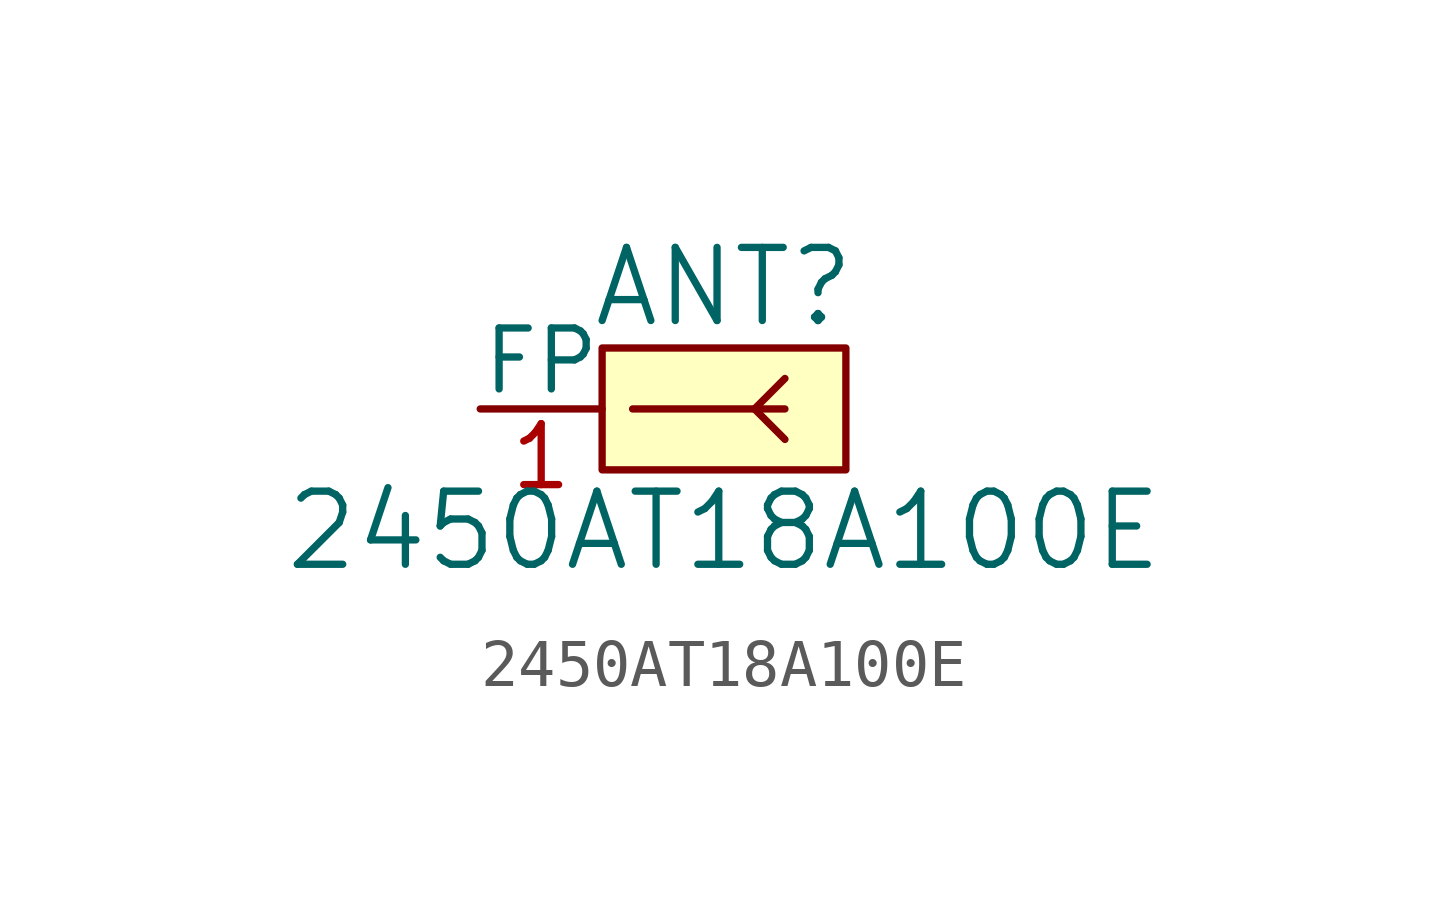
<source format=kicad_sym>
(kicad_symbol_lib
  (version 20211014)
  (generator kicad_symbol_editor)
  (symbol "2450AT18A100E"
    (pin_names
      (offset 0))
    (property "Reference" "ANT"
      (at 0 2.54 0)
      (effects (font (size 1.524 1.524))))
    (property "Value" "2450AT18A100E"
      (at 0 -2.54 0)
      (effects (font (size 1.524 1.524))))
    (symbol "2450AT18A100E_0_1"
      (rectangle (start -2.54 1.27) (end 2.54 -1.27) (stroke (width 0) (type default) (color 0 0 0 0)) (fill (type background)))
      (polyline (pts (xy 0.635 0) (xy 1.27 -0.635)) (stroke (width 0) (type default) (color 0 0 0 0)) (fill (type none)))
      (polyline (pts (xy 0.635 0) (xy 1.27 0)) (stroke (width 0) (type default) (color 0 0 0 0)) (fill (type none)))
      (polyline (pts (xy -1.905 0) (xy 0.635 0) (xy 1.27 0.635)) (stroke (width 0) (type default) (color 0 0 0 0)) (fill (type none))))
    (symbol "2450AT18A100E_1_1"
      (pin input line (at -5.08 0 0) (length 2.54) (name "FP" (effects (font (size 1.27 1.27)))) (number "1" (effects (font (size 1.27 1.27)))))
      (pin no_connect line (at 5.08 0 180) (length 2.54) hide (name "NC" (effects (font (size 1.27 1.27)))) (number "2" (effects (font (size 1.27 1.27))))))))
</source>
